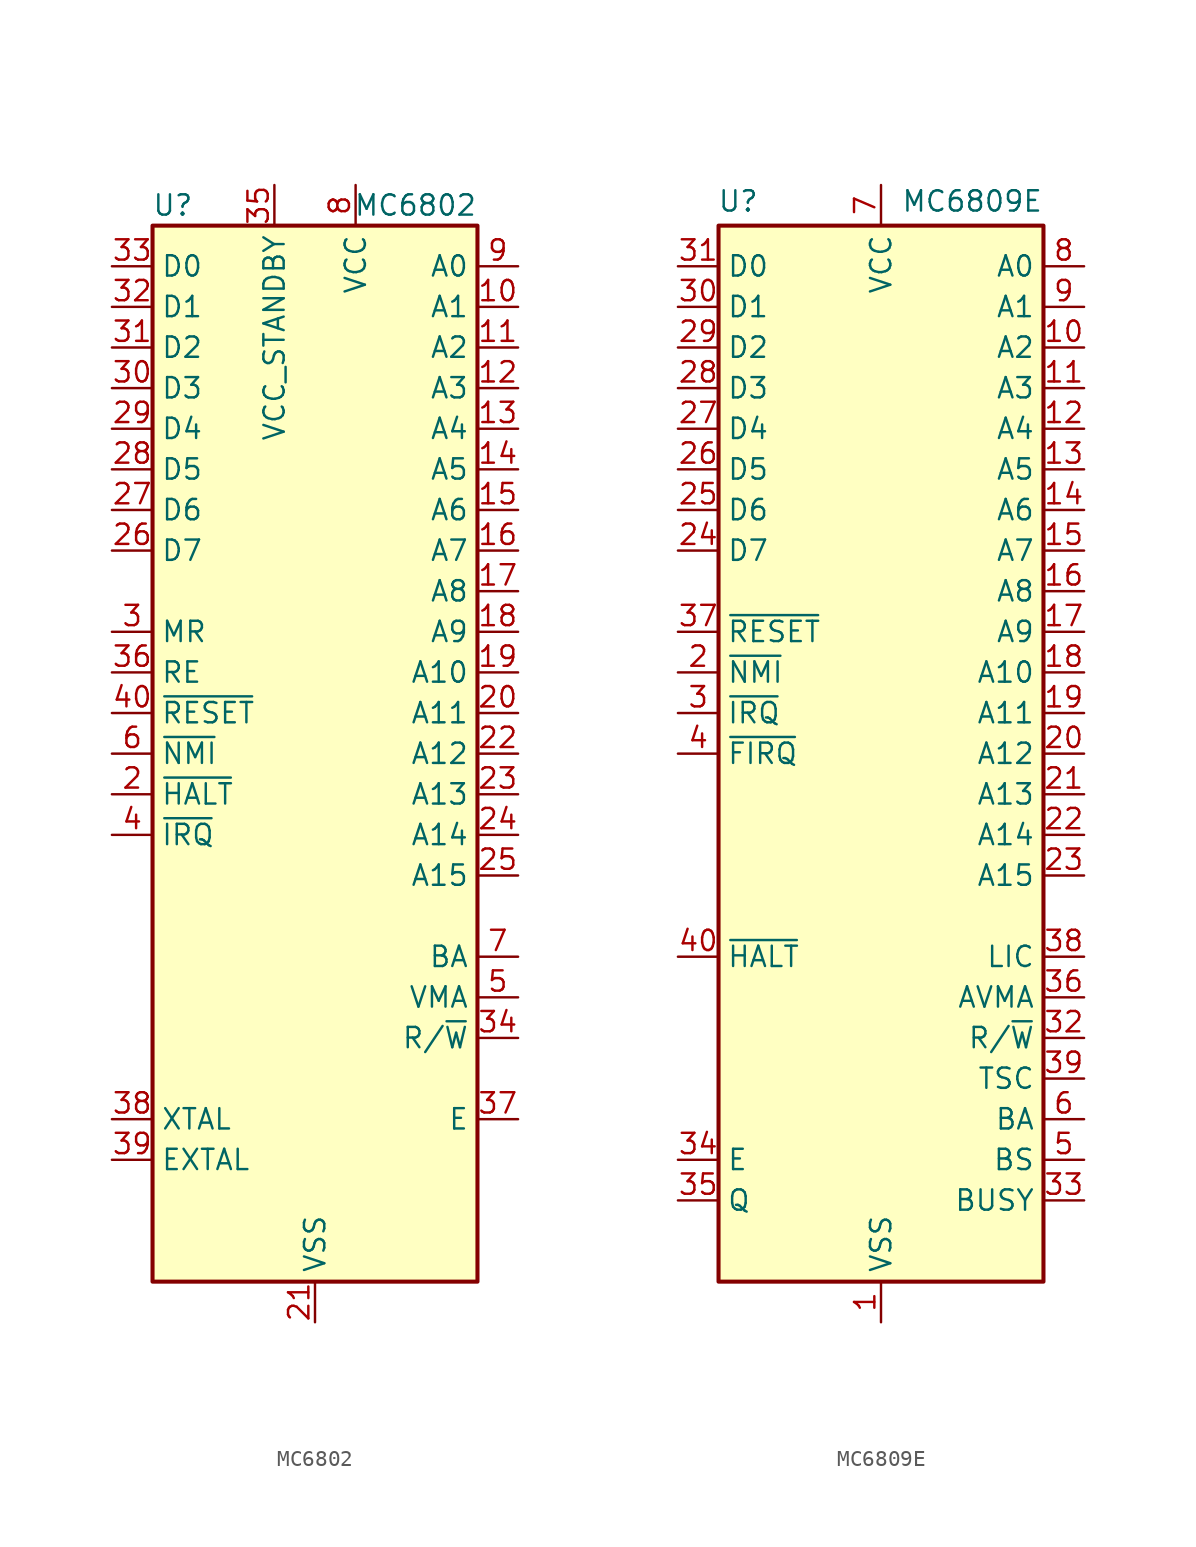
<source format=kicad_sym>
(kicad_symbol_lib
  (version 20241209)
  (generator "kicad_symbol_editor")
  (generator_version "9.0")
  (symbol "MC6802"
    (property "Reference" "U"
      (at -8.89 34.29 0)
      (effects (font (size 1.27 1.27))))
    (property "Value" "MC6802"
      (at 10.16 34.29 0)
      (effects (font (size 1.27 1.27)) (justify right)))
    (symbol "MC6802_0_1"
      (rectangle (start -10.16 -33.02) (end 10.16 33.02) (stroke (width 0.254) (type default)) (fill (type background))))
    (symbol "MC6802_1_1"
      (pin bidirectional line (at -12.7 30.48 0) (length 2.54) (name "D0" (effects (font (size 1.27 1.27)))) (number "33" (effects (font (size 1.27 1.27)))))
      (pin bidirectional line (at -12.7 27.94 0) (length 2.54) (name "D1" (effects (font (size 1.27 1.27)))) (number "32" (effects (font (size 1.27 1.27)))))
      (pin bidirectional line (at -12.7 25.4 0) (length 2.54) (name "D2" (effects (font (size 1.27 1.27)))) (number "31" (effects (font (size 1.27 1.27)))))
      (pin bidirectional line (at -12.7 22.86 0) (length 2.54) (name "D3" (effects (font (size 1.27 1.27)))) (number "30" (effects (font (size 1.27 1.27)))))
      (pin bidirectional line (at -12.7 20.32 0) (length 2.54) (name "D4" (effects (font (size 1.27 1.27)))) (number "29" (effects (font (size 1.27 1.27)))))
      (pin bidirectional line (at -12.7 17.78 0) (length 2.54) (name "D5" (effects (font (size 1.27 1.27)))) (number "28" (effects (font (size 1.27 1.27)))))
      (pin bidirectional line (at -12.7 15.24 0) (length 2.54) (name "D6" (effects (font (size 1.27 1.27)))) (number "27" (effects (font (size 1.27 1.27)))))
      (pin bidirectional line (at -12.7 12.7 0) (length 2.54) (name "D7" (effects (font (size 1.27 1.27)))) (number "26" (effects (font (size 1.27 1.27)))))
      (pin input line (at -12.7 7.62 0) (length 2.54) (name "MR" (effects (font (size 1.27 1.27)))) (number "3" (effects (font (size 1.27 1.27)))))
      (pin input line (at -12.7 5.08 0) (length 2.54) (name "RE" (effects (font (size 1.27 1.27)))) (number "36" (effects (font (size 1.27 1.27)))))
      (pin input line (at -12.7 2.54 0) (length 2.54) (name "~{RESET}" (effects (font (size 1.27 1.27)))) (number "40" (effects (font (size 1.27 1.27)))))
      (pin input line (at -12.7 0 0) (length 2.54) (name "~{NMI}" (effects (font (size 1.27 1.27)))) (number "6" (effects (font (size 1.27 1.27)))))
      (pin input line (at -12.7 -2.54 0) (length 2.54) (name "~{HALT}" (effects (font (size 1.27 1.27)))) (number "2" (effects (font (size 1.27 1.27)))))
      (pin input line (at -12.7 -5.08 0) (length 2.54) (name "~{IRQ}" (effects (font (size 1.27 1.27)))) (number "4" (effects (font (size 1.27 1.27)))))
      (pin passive line (at -12.7 -22.86 0) (length 2.54) (name "XTAL" (effects (font (size 1.27 1.27)))) (number "38" (effects (font (size 1.27 1.27)))))
      (pin passive line (at -12.7 -25.4 0) (length 2.54) (name "EXTAL" (effects (font (size 1.27 1.27)))) (number "39" (effects (font (size 1.27 1.27)))))
      (pin power_in line (at -2.54 35.56 270) (length 2.54) (name "VCC_STANDBY" (effects (font (size 1.27 1.27)))) (number "35" (effects (font (size 1.27 1.27)))))
      (pin passive line (at 0 -35.56 90) (length 2.54) (hide yes) (name "VSS" (effects (font (size 1.27 1.27)))) (number "1" (effects (font (size 1.27 1.27)))))
      (pin power_in line (at 0 -35.56 90) (length 2.54) (name "VSS" (effects (font (size 1.27 1.27)))) (number "21" (effects (font (size 1.27 1.27)))))
      (pin power_in line (at 2.54 35.56 270) (length 2.54) (name "VCC" (effects (font (size 1.27 1.27)))) (number "8" (effects (font (size 1.27 1.27)))))
      (pin output line (at 12.7 30.48 180) (length 2.54) (name "A0" (effects (font (size 1.27 1.27)))) (number "9" (effects (font (size 1.27 1.27)))))
      (pin output line (at 12.7 27.94 180) (length 2.54) (name "A1" (effects (font (size 1.27 1.27)))) (number "10" (effects (font (size 1.27 1.27)))))
      (pin output line (at 12.7 25.4 180) (length 2.54) (name "A2" (effects (font (size 1.27 1.27)))) (number "11" (effects (font (size 1.27 1.27)))))
      (pin output line (at 12.7 22.86 180) (length 2.54) (name "A3" (effects (font (size 1.27 1.27)))) (number "12" (effects (font (size 1.27 1.27)))))
      (pin output line (at 12.7 20.32 180) (length 2.54) (name "A4" (effects (font (size 1.27 1.27)))) (number "13" (effects (font (size 1.27 1.27)))))
      (pin output line (at 12.7 17.78 180) (length 2.54) (name "A5" (effects (font (size 1.27 1.27)))) (number "14" (effects (font (size 1.27 1.27)))))
      (pin output line (at 12.7 15.24 180) (length 2.54) (name "A6" (effects (font (size 1.27 1.27)))) (number "15" (effects (font (size 1.27 1.27)))))
      (pin output line (at 12.7 12.7 180) (length 2.54) (name "A7" (effects (font (size 1.27 1.27)))) (number "16" (effects (font (size 1.27 1.27)))))
      (pin output line (at 12.7 10.16 180) (length 2.54) (name "A8" (effects (font (size 1.27 1.27)))) (number "17" (effects (font (size 1.27 1.27)))))
      (pin output line (at 12.7 7.62 180) (length 2.54) (name "A9" (effects (font (size 1.27 1.27)))) (number "18" (effects (font (size 1.27 1.27)))))
      (pin output line (at 12.7 5.08 180) (length 2.54) (name "A10" (effects (font (size 1.27 1.27)))) (number "19" (effects (font (size 1.27 1.27)))))
      (pin output line (at 12.7 2.54 180) (length 2.54) (name "A11" (effects (font (size 1.27 1.27)))) (number "20" (effects (font (size 1.27 1.27)))))
      (pin output line (at 12.7 0 180) (length 2.54) (name "A12" (effects (font (size 1.27 1.27)))) (number "22" (effects (font (size 1.27 1.27)))))
      (pin output line (at 12.7 -2.54 180) (length 2.54) (name "A13" (effects (font (size 1.27 1.27)))) (number "23" (effects (font (size 1.27 1.27)))))
      (pin output line (at 12.7 -5.08 180) (length 2.54) (name "A14" (effects (font (size 1.27 1.27)))) (number "24" (effects (font (size 1.27 1.27)))))
      (pin output line (at 12.7 -7.62 180) (length 2.54) (name "A15" (effects (font (size 1.27 1.27)))) (number "25" (effects (font (size 1.27 1.27)))))
      (pin output line (at 12.7 -12.7 180) (length 2.54) (name "BA" (effects (font (size 1.27 1.27)))) (number "7" (effects (font (size 1.27 1.27)))))
      (pin output line (at 12.7 -15.24 180) (length 2.54) (name "VMA" (effects (font (size 1.27 1.27)))) (number "5" (effects (font (size 1.27 1.27)))))
      (pin output line (at 12.7 -17.78 180) (length 2.54) (name "R/~{W}" (effects (font (size 1.27 1.27)))) (number "34" (effects (font (size 1.27 1.27)))))
      (pin output line (at 12.7 -22.86 180) (length 2.54) (name "E" (effects (font (size 1.27 1.27)))) (number "37" (effects (font (size 1.27 1.27)))))))
  (symbol "MC6809E"
    (property "Reference" "U"
      (at -7.62 34.544 0)
      (effects (font (size 1.27 1.27)) (justify right)))
    (property "Value" "MC6809E"
      (at 10.16 34.544 0)
      (effects (font (size 1.27 1.27)) (justify right)))
    (symbol "MC6809E_0_1"
      (rectangle (start -10.16 -33.02) (end 10.16 33.02) (stroke (width 0.254) (type default)) (fill (type background))))
    (symbol "MC6809E_1_1"
      (pin bidirectional line (at -12.7 30.48 0) (length 2.54) (name "D0" (effects (font (size 1.27 1.27)))) (number "31" (effects (font (size 1.27 1.27)))))
      (pin bidirectional line (at -12.7 27.94 0) (length 2.54) (name "D1" (effects (font (size 1.27 1.27)))) (number "30" (effects (font (size 1.27 1.27)))))
      (pin bidirectional line (at -12.7 25.4 0) (length 2.54) (name "D2" (effects (font (size 1.27 1.27)))) (number "29" (effects (font (size 1.27 1.27)))))
      (pin bidirectional line (at -12.7 22.86 0) (length 2.54) (name "D3" (effects (font (size 1.27 1.27)))) (number "28" (effects (font (size 1.27 1.27)))))
      (pin bidirectional line (at -12.7 20.32 0) (length 2.54) (name "D4" (effects (font (size 1.27 1.27)))) (number "27" (effects (font (size 1.27 1.27)))))
      (pin bidirectional line (at -12.7 17.78 0) (length 2.54) (name "D5" (effects (font (size 1.27 1.27)))) (number "26" (effects (font (size 1.27 1.27)))))
      (pin bidirectional line (at -12.7 15.24 0) (length 2.54) (name "D6" (effects (font (size 1.27 1.27)))) (number "25" (effects (font (size 1.27 1.27)))))
      (pin bidirectional line (at -12.7 12.7 0) (length 2.54) (name "D7" (effects (font (size 1.27 1.27)))) (number "24" (effects (font (size 1.27 1.27)))))
      (pin input line (at -12.7 7.62 0) (length 2.54) (name "~{RESET}" (effects (font (size 1.27 1.27)))) (number "37" (effects (font (size 1.27 1.27)))))
      (pin input line (at -12.7 5.08 0) (length 2.54) (name "~{NMI}" (effects (font (size 1.27 1.27)))) (number "2" (effects (font (size 1.27 1.27)))))
      (pin input line (at -12.7 2.54 0) (length 2.54) (name "~{IRQ}" (effects (font (size 1.27 1.27)))) (number "3" (effects (font (size 1.27 1.27)))))
      (pin input line (at -12.7 0 0) (length 2.54) (name "~{FIRQ}" (effects (font (size 1.27 1.27)))) (number "4" (effects (font (size 1.27 1.27)))))
      (pin input line (at -12.7 -12.7 0) (length 2.54) (name "~{HALT}" (effects (font (size 1.27 1.27)))) (number "40" (effects (font (size 1.27 1.27)))))
      (pin input line (at -12.7 -25.4 0) (length 2.54) (name "E" (effects (font (size 1.27 1.27)))) (number "34" (effects (font (size 1.27 1.27)))))
      (pin input line (at -12.7 -27.94 0) (length 2.54) (name "Q" (effects (font (size 1.27 1.27)))) (number "35" (effects (font (size 1.27 1.27)))))
      (pin power_in line (at 0 35.56 270) (length 2.54) (name "VCC" (effects (font (size 1.27 1.27)))) (number "7" (effects (font (size 1.27 1.27)))))
      (pin power_in line (at 0 -35.56 90) (length 2.54) (name "VSS" (effects (font (size 1.27 1.27)))) (number "1" (effects (font (size 1.27 1.27)))))
      (pin output line (at 12.7 30.48 180) (length 2.54) (name "A0" (effects (font (size 1.27 1.27)))) (number "8" (effects (font (size 1.27 1.27)))))
      (pin output line (at 12.7 27.94 180) (length 2.54) (name "A1" (effects (font (size 1.27 1.27)))) (number "9" (effects (font (size 1.27 1.27)))))
      (pin output line (at 12.7 25.4 180) (length 2.54) (name "A2" (effects (font (size 1.27 1.27)))) (number "10" (effects (font (size 1.27 1.27)))))
      (pin output line (at 12.7 22.86 180) (length 2.54) (name "A3" (effects (font (size 1.27 1.27)))) (number "11" (effects (font (size 1.27 1.27)))))
      (pin output line (at 12.7 20.32 180) (length 2.54) (name "A4" (effects (font (size 1.27 1.27)))) (number "12" (effects (font (size 1.27 1.27)))))
      (pin output line (at 12.7 17.78 180) (length 2.54) (name "A5" (effects (font (size 1.27 1.27)))) (number "13" (effects (font (size 1.27 1.27)))))
      (pin output line (at 12.7 15.24 180) (length 2.54) (name "A6" (effects (font (size 1.27 1.27)))) (number "14" (effects (font (size 1.27 1.27)))))
      (pin output line (at 12.7 12.7 180) (length 2.54) (name "A7" (effects (font (size 1.27 1.27)))) (number "15" (effects (font (size 1.27 1.27)))))
      (pin output line (at 12.7 10.16 180) (length 2.54) (name "A8" (effects (font (size 1.27 1.27)))) (number "16" (effects (font (size 1.27 1.27)))))
      (pin output line (at 12.7 7.62 180) (length 2.54) (name "A9" (effects (font (size 1.27 1.27)))) (number "17" (effects (font (size 1.27 1.27)))))
      (pin output line (at 12.7 5.08 180) (length 2.54) (name "A10" (effects (font (size 1.27 1.27)))) (number "18" (effects (font (size 1.27 1.27)))))
      (pin output line (at 12.7 2.54 180) (length 2.54) (name "A11" (effects (font (size 1.27 1.27)))) (number "19" (effects (font (size 1.27 1.27)))))
      (pin output line (at 12.7 0 180) (length 2.54) (name "A12" (effects (font (size 1.27 1.27)))) (number "20" (effects (font (size 1.27 1.27)))))
      (pin output line (at 12.7 -2.54 180) (length 2.54) (name "A13" (effects (font (size 1.27 1.27)))) (number "21" (effects (font (size 1.27 1.27)))))
      (pin output line (at 12.7 -5.08 180) (length 2.54) (name "A14" (effects (font (size 1.27 1.27)))) (number "22" (effects (font (size 1.27 1.27)))))
      (pin output line (at 12.7 -7.62 180) (length 2.54) (name "A15" (effects (font (size 1.27 1.27)))) (number "23" (effects (font (size 1.27 1.27)))))
      (pin output line (at 12.7 -12.7 180) (length 2.54) (name "LIC" (effects (font (size 1.27 1.27)))) (number "38" (effects (font (size 1.27 1.27)))))
      (pin output line (at 12.7 -15.24 180) (length 2.54) (name "AVMA" (effects (font (size 1.27 1.27)))) (number "36" (effects (font (size 1.27 1.27)))))
      (pin output line (at 12.7 -17.78 180) (length 2.54) (name "R/~{W}" (effects (font (size 1.27 1.27)))) (number "32" (effects (font (size 1.27 1.27)))))
      (pin output line (at 12.7 -20.32 180) (length 2.54) (name "TSC" (effects (font (size 1.27 1.27)))) (number "39" (effects (font (size 1.27 1.27)))))
      (pin output line (at 12.7 -22.86 180) (length 2.54) (name "BA" (effects (font (size 1.27 1.27)))) (number "6" (effects (font (size 1.27 1.27)))))
      (pin output line (at 12.7 -25.4 180) (length 2.54) (name "BS" (effects (font (size 1.27 1.27)))) (number "5" (effects (font (size 1.27 1.27)))))
      (pin output line (at 12.7 -27.94 180) (length 2.54) (name "BUSY" (effects (font (size 1.27 1.27)))) (number "33" (effects (font (size 1.27 1.27))))))))
</source>
